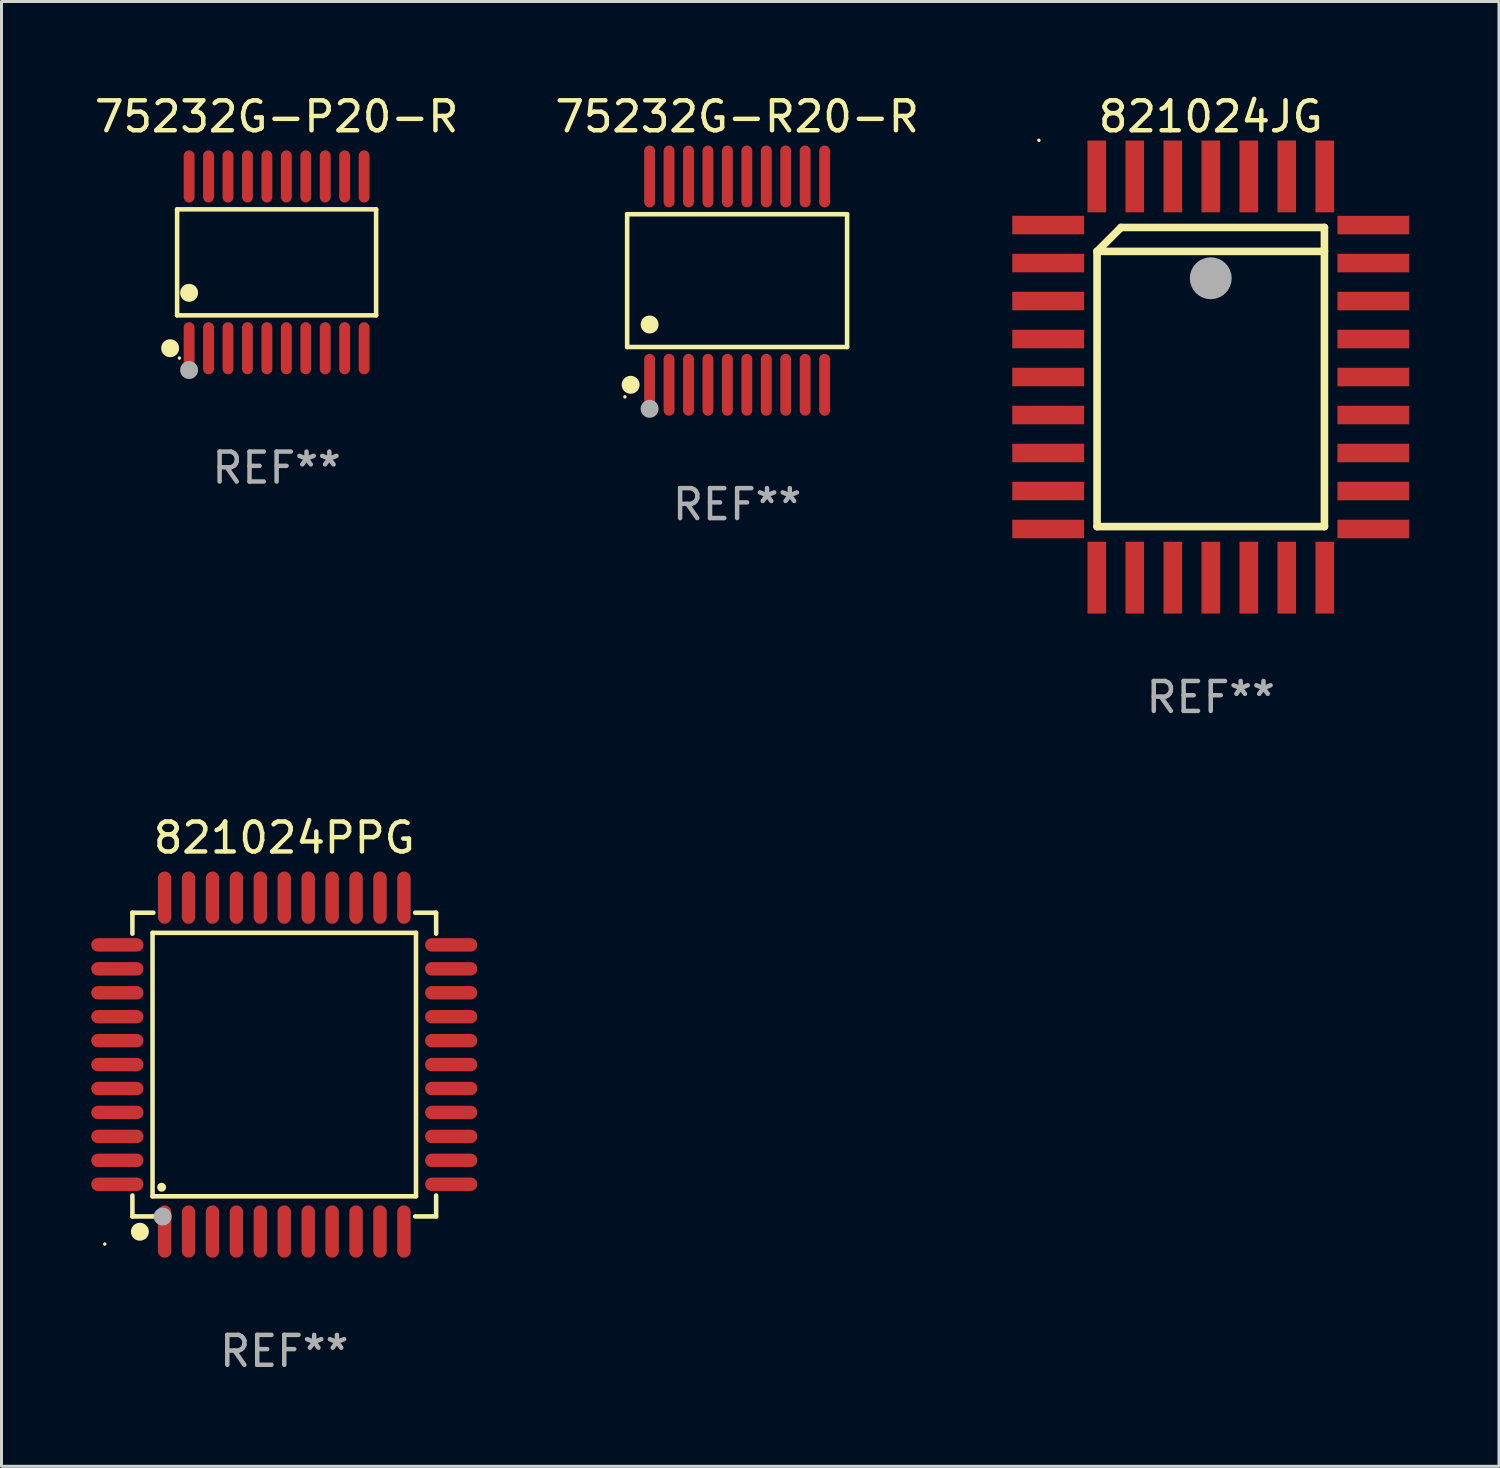
<source format=kicad_pcb>
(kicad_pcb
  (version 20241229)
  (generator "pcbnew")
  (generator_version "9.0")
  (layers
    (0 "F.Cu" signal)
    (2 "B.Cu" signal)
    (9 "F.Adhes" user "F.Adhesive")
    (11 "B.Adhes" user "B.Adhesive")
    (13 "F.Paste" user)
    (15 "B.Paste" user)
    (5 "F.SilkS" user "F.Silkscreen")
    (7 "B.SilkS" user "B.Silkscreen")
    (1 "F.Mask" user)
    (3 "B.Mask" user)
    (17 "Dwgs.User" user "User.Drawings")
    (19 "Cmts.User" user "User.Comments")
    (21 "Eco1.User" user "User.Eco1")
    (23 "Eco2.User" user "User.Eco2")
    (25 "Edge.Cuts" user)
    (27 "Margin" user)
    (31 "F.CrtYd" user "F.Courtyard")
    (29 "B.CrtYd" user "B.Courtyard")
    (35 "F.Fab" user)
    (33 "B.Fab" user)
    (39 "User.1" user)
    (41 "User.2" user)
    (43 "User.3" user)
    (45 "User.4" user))
  (footprint "821024JG"
    (layer "F.Cu")
    (at 37.421 9.553)
    (property "Reference" "821024JG" (at 0 -8.705 0) (layer "F.SilkS") (effects (font (size 1 1) (thickness 0.15))))
    (attr through_hole)
    (fp_line (start -3.8 -4.2) (end -3 -5) (stroke (width 0.254) (type solid)) (layer "F.SilkS"))
    (fp_line (start -3.8 -4.2) (end 3.8 -4.2) (stroke (width 0.254) (type solid)) (layer "F.SilkS"))
    (fp_line (start -3.8 5) (end -3.8 -4.2) (stroke (width 0.254) (type solid)) (layer "F.SilkS"))
    (fp_line (start -3 -5) (end 3.8 -5) (stroke (width 0.254) (type solid)) (layer "F.SilkS"))
    (fp_line (start 3.8 -5) (end 3.8 5) (stroke (width 0.254) (type solid)) (layer "F.SilkS"))
    (fp_line (start 3.8 5) (end -3.8 5) (stroke (width 0.254) (type solid)) (layer "F.SilkS"))
    (fp_arc (start 0.299721 -3.294387) (mid 0.29971 -3.296927) (end 0.299721 -3.299467) (stroke (width 0.6) (type solid)) (layer "F.SilkS"))
    (fp_circle (center -5.744 -7.913) (end -5.714 -7.913) (stroke (width 0.06) (type solid)) (fill no) (layer "F.SilkS"))
    (fp_circle (center 0 -3.302) (end 0.35 -3.302) (stroke (width 0.7) (type solid)) (fill no) (layer "F.Fab"))
    (fp_text user "REF**" (at 0 10.705 0) (layer "F.Fab") (effects (font (size 1 1) (thickness 0.15))))
    (pad "1" smd rect (at 0 -6.705 180) (size 0.62 2.4) (layers "F.Cu" "F.Mask" "F.Paste"))
    (pad "2" smd rect (at -1.27 -6.705 180) (size 0.62 2.4) (layers "F.Cu" "F.Mask" "F.Paste"))
    (pad "3" smd rect (at -2.54 -6.705 180) (size 0.62 2.4) (layers "F.Cu" "F.Mask" "F.Paste"))
    (pad "4" smd rect (at -3.81 -6.705 180) (size 0.62 2.4) (layers "F.Cu" "F.Mask" "F.Paste"))
    (pad "5" smd rect (at -5.435 -5.08 270) (size 0.62 2.4) (layers "F.Cu" "F.Mask" "F.Paste"))
    (pad "6" smd rect (at -5.435 -3.81 270) (size 0.62 2.4) (layers "F.Cu" "F.Mask" "F.Paste"))
    (pad "7" smd rect (at -5.435 -2.54 270) (size 0.62 2.4) (layers "F.Cu" "F.Mask" "F.Paste"))
    (pad "8" smd rect (at -5.435 -1.27 270) (size 0.62 2.4) (layers "F.Cu" "F.Mask" "F.Paste"))
    (pad "9" smd rect (at -5.435 0 270) (size 0.62 2.4) (layers "F.Cu" "F.Mask" "F.Paste"))
    (pad "10" smd rect (at -5.435 1.27 270) (size 0.62 2.4) (layers "F.Cu" "F.Mask" "F.Paste"))
    (pad "11" smd rect (at -5.435 2.54 270) (size 0.62 2.4) (layers "F.Cu" "F.Mask" "F.Paste"))
    (pad "12" smd rect (at -5.435 3.81 270) (size 0.62 2.4) (layers "F.Cu" "F.Mask" "F.Paste"))
    (pad "13" smd rect (at -5.435 5.08 270) (size 0.62 2.4) (layers "F.Cu" "F.Mask" "F.Paste"))
    (pad "14" smd rect (at -3.81 6.705) (size 0.62 2.4) (layers "F.Cu" "F.Mask" "F.Paste"))
    (pad "15" smd rect (at -2.54 6.705) (size 0.62 2.4) (layers "F.Cu" "F.Mask" "F.Paste"))
    (pad "16" smd rect (at -1.27 6.705) (size 0.62 2.4) (layers "F.Cu" "F.Mask" "F.Paste"))
    (pad "17" smd rect (at 0 6.705) (size 0.62 2.4) (layers "F.Cu" "F.Mask" "F.Paste"))
    (pad "18" smd rect (at 1.27 6.705) (size 0.62 2.4) (layers "F.Cu" "F.Mask" "F.Paste"))
    (pad "19" smd rect (at 2.54 6.705) (size 0.62 2.4) (layers "F.Cu" "F.Mask" "F.Paste"))
    (pad "20" smd rect (at 3.81 6.705) (size 0.62 2.4) (layers "F.Cu" "F.Mask" "F.Paste"))
    (pad "21" smd rect (at 5.435 5.08 90) (size 0.62 2.4) (layers "F.Cu" "F.Mask" "F.Paste"))
    (pad "22" smd rect (at 5.435 3.81 90) (size 0.62 2.4) (layers "F.Cu" "F.Mask" "F.Paste"))
    (pad "23" smd rect (at 5.435 2.54 90) (size 0.62 2.4) (layers "F.Cu" "F.Mask" "F.Paste"))
    (pad "24" smd rect (at 5.435 1.27 90) (size 0.62 2.4) (layers "F.Cu" "F.Mask" "F.Paste"))
    (pad "25" smd rect (at 5.435 0 90) (size 0.62 2.4) (layers "F.Cu" "F.Mask" "F.Paste"))
    (pad "26" smd rect (at 5.435 -1.27 90) (size 0.62 2.4) (layers "F.Cu" "F.Mask" "F.Paste"))
    (pad "27" smd rect (at 5.435 -2.54 90) (size 0.62 2.4) (layers "F.Cu" "F.Mask" "F.Paste"))
    (pad "28" smd rect (at 5.435 -3.81 90) (size 0.62 2.4) (layers "F.Cu" "F.Mask" "F.Paste"))
    (pad "29" smd rect (at 5.435 -5.08 90) (size 0.62 2.4) (layers "F.Cu" "F.Mask" "F.Paste"))
    (pad "30" smd rect (at 3.81 -6.705) (size 0.62 2.4) (layers "F.Cu" "F.Mask" "F.Paste"))
    (pad "31" smd rect (at 2.54 -6.705) (size 0.62 2.4) (layers "F.Cu" "F.Mask" "F.Paste"))
    (pad "32" smd rect (at 1.27 -6.705) (size 0.62 2.4) (layers "F.Cu" "F.Mask" "F.Paste")))
  (footprint "821024PPG"
    (layer "F.Cu")
    (at 6.452 32.535)
    (property "Reference" "821024PPG" (at 0 -7.58 0) (layer "F.SilkS") (effects (font (size 1 1) (thickness 0.15))))
    (attr through_hole)
    (fp_line (start -5.076 -5.076) (end -5.076 -4.376) (stroke (width 0.152) (type solid)) (layer "F.SilkS"))
    (fp_line (start -5.076 5.076) (end -5.076 4.376) (stroke (width 0.152) (type solid)) (layer "F.SilkS"))
    (fp_line (start -4.403 -4.403) (end 4.403 -4.403) (stroke (width 0.152) (type solid)) (layer "F.SilkS"))
    (fp_line (start -4.403 4.403) (end -4.403 -4.403) (stroke (width 0.152) (type solid)) (layer "F.SilkS"))
    (fp_line (start -4.376 -5.076) (end -5.076 -5.076) (stroke (width 0.152) (type solid)) (layer "F.SilkS"))
    (fp_line (start -4.376 5.076) (end -5.076 5.076) (stroke (width 0.152) (type solid)) (layer "F.SilkS"))
    (fp_line (start 4.376 -5.076) (end 5.076 -5.076) (stroke (width 0.152) (type solid)) (layer "F.SilkS"))
    (fp_line (start 4.376 5.076) (end 5.076 5.076) (stroke (width 0.152) (type solid)) (layer "F.SilkS"))
    (fp_line (start 4.403 -4.403) (end 4.403 4.403) (stroke (width 0.152) (type solid)) (layer "F.SilkS"))
    (fp_line (start 4.403 4.403) (end -4.403 4.403) (stroke (width 0.152) (type solid)) (layer "F.SilkS"))
    (fp_line (start 5.076 -5.076) (end 5.076 -4.376) (stroke (width 0.152) (type solid)) (layer "F.SilkS"))
    (fp_line (start 5.076 5.076) (end 5.076 4.376) (stroke (width 0.152) (type solid)) (layer "F.SilkS"))
    (fp_circle (center -6 6) (end -5.97 6) (stroke (width 0.06) (type solid)) (fill no) (layer "F.SilkS"))
    (fp_circle (center -4.826 5.588) (end -4.676 5.588) (stroke (width 0.3) (type solid)) (fill no) (layer "F.SilkS"))
    (fp_circle (center -4.1 4.1) (end -4.025 4.1) (stroke (width 0.15) (type solid)) (fill no) (layer "F.SilkS"))
    (fp_circle (center -4.064 5.08) (end -3.914 5.08) (stroke (width 0.3) (type solid)) (fill no) (layer "F.Fab"))
    (fp_text user "REF**" (at 0 9.58 0) (layer "F.Fab") (effects (font (size 1 1) (thickness 0.15))))
    (pad "1" smd oval (at -4 5.58) (size 0.448 1.745) (layers "F.Cu" "F.Mask" "F.Paste"))
    (pad "2" smd oval (at -3.2 5.58) (size 0.448 1.745) (layers "F.Cu" "F.Mask" "F.Paste"))
    (pad "3" smd oval (at -2.4 5.58) (size 0.448 1.745) (layers "F.Cu" "F.Mask" "F.Paste"))
    (pad "4" smd oval (at -1.6 5.58) (size 0.448 1.745) (layers "F.Cu" "F.Mask" "F.Paste"))
    (pad "5" smd oval (at -0.8 5.58) (size 0.448 1.745) (layers "F.Cu" "F.Mask" "F.Paste"))
    (pad "6" smd oval (at 0 5.58) (size 0.448 1.745) (layers "F.Cu" "F.Mask" "F.Paste"))
    (pad "7" smd oval (at 0.8 5.58) (size 0.448 1.745) (layers "F.Cu" "F.Mask" "F.Paste"))
    (pad "8" smd oval (at 1.6 5.58) (size 0.448 1.745) (layers "F.Cu" "F.Mask" "F.Paste"))
    (pad "9" smd oval (at 2.4 5.58) (size 0.448 1.745) (layers "F.Cu" "F.Mask" "F.Paste"))
    (pad "10" smd oval (at 3.2 5.58) (size 0.448 1.745) (layers "F.Cu" "F.Mask" "F.Paste"))
    (pad "11" smd oval (at 4 5.58) (size 0.448 1.745) (layers "F.Cu" "F.Mask" "F.Paste"))
    (pad "12" smd oval (at 5.58 4) (size 1.745 0.448) (layers "F.Cu" "F.Mask" "F.Paste"))
    (pad "13" smd oval (at 5.58 3.2) (size 1.745 0.448) (layers "F.Cu" "F.Mask" "F.Paste"))
    (pad "14" smd oval (at 5.58 2.4) (size 1.745 0.448) (layers "F.Cu" "F.Mask" "F.Paste"))
    (pad "15" smd oval (at 5.58 1.6) (size 1.745 0.448) (layers "F.Cu" "F.Mask" "F.Paste"))
    (pad "16" smd oval (at 5.58 0.8) (size 1.745 0.448) (layers "F.Cu" "F.Mask" "F.Paste"))
    (pad "17" smd oval (at 5.58 0) (size 1.745 0.448) (layers "F.Cu" "F.Mask" "F.Paste"))
    (pad "18" smd oval (at 5.58 -0.8) (size 1.745 0.448) (layers "F.Cu" "F.Mask" "F.Paste"))
    (pad "19" smd oval (at 5.58 -1.6) (size 1.745 0.448) (layers "F.Cu" "F.Mask" "F.Paste"))
    (pad "20" smd oval (at 5.58 -2.4) (size 1.745 0.448) (layers "F.Cu" "F.Mask" "F.Paste"))
    (pad "21" smd oval (at 5.58 -3.2) (size 1.745 0.448) (layers "F.Cu" "F.Mask" "F.Paste"))
    (pad "22" smd oval (at 5.58 -4) (size 1.745 0.448) (layers "F.Cu" "F.Mask" "F.Paste"))
    (pad "23" smd oval (at 4 -5.58) (size 0.448 1.745) (layers "F.Cu" "F.Mask" "F.Paste"))
    (pad "24" smd oval (at 3.2 -5.58) (size 0.448 1.745) (layers "F.Cu" "F.Mask" "F.Paste"))
    (pad "25" smd oval (at 2.4 -5.58) (size 0.448 1.745) (layers "F.Cu" "F.Mask" "F.Paste"))
    (pad "26" smd oval (at 1.6 -5.58) (size 0.448 1.745) (layers "F.Cu" "F.Mask" "F.Paste"))
    (pad "27" smd oval (at 0.8 -5.58) (size 0.448 1.745) (layers "F.Cu" "F.Mask" "F.Paste"))
    (pad "28" smd oval (at 0 -5.58) (size 0.448 1.745) (layers "F.Cu" "F.Mask" "F.Paste"))
    (pad "29" smd oval (at -0.8 -5.58) (size 0.448 1.745) (layers "F.Cu" "F.Mask" "F.Paste"))
    (pad "30" smd oval (at -1.6 -5.58) (size 0.448 1.745) (layers "F.Cu" "F.Mask" "F.Paste"))
    (pad "31" smd oval (at -2.4 -5.58) (size 0.448 1.745) (layers "F.Cu" "F.Mask" "F.Paste"))
    (pad "32" smd oval (at -3.2 -5.58) (size 0.448 1.745) (layers "F.Cu" "F.Mask" "F.Paste"))
    (pad "33" smd oval (at -4 -5.58) (size 0.448 1.745) (layers "F.Cu" "F.Mask" "F.Paste"))
    (pad "34" smd oval (at -5.58 -4) (size 1.745 0.448) (layers "F.Cu" "F.Mask" "F.Paste"))
    (pad "35" smd oval (at -5.58 -3.2) (size 1.745 0.448) (layers "F.Cu" "F.Mask" "F.Paste"))
    (pad "36" smd oval (at -5.58 -2.4) (size 1.745 0.448) (layers "F.Cu" "F.Mask" "F.Paste"))
    (pad "37" smd oval (at -5.58 -1.6) (size 1.745 0.448) (layers "F.Cu" "F.Mask" "F.Paste"))
    (pad "38" smd oval (at -5.58 -0.8) (size 1.745 0.448) (layers "F.Cu" "F.Mask" "F.Paste"))
    (pad "39" smd oval (at -5.58 0) (size 1.745 0.448) (layers "F.Cu" "F.Mask" "F.Paste"))
    (pad "40" smd oval (at -5.58 0.8) (size 1.745 0.448) (layers "F.Cu" "F.Mask" "F.Paste"))
    (pad "41" smd oval (at -5.58 1.6) (size 1.745 0.448) (layers "F.Cu" "F.Mask" "F.Paste"))
    (pad "42" smd oval (at -5.58 2.4) (size 1.745 0.448) (layers "F.Cu" "F.Mask" "F.Paste"))
    (pad "43" smd oval (at -5.58 3.2) (size 1.745 0.448) (layers "F.Cu" "F.Mask" "F.Paste"))
    (pad "44" smd oval (at -5.58 4) (size 1.745 0.448) (layers "F.Cu" "F.Mask" "F.Paste")))
  (footprint "75232G-R20-R"
    (layer "F.Cu")
    (at 21.589 6.33)
    (property "Reference" "75232G-R20-R" (at 0 -5.482 0) (layer "F.SilkS") (effects (font (size 1 1) (thickness 0.15))))
    (attr through_hole)
    (fp_line (start -3.676 -2.219) (end 3.676 -2.219) (stroke (width 0.152) (type solid)) (layer "F.SilkS"))
    (fp_line (start -3.676 2.219) (end -3.676 -2.219) (stroke (width 0.152) (type solid)) (layer "F.SilkS"))
    (fp_line (start 3.676 -2.219) (end 3.676 2.219) (stroke (width 0.152) (type solid)) (layer "F.SilkS"))
    (fp_line (start 3.676 2.219) (end -3.676 2.219) (stroke (width 0.152) (type solid)) (layer "F.SilkS"))
    (fp_circle (center -3.75 3.885) (end -3.72 3.885) (stroke (width 0.06) (type solid)) (fill no) (layer "F.SilkS"))
    (fp_circle (center -3.559 3.482) (end -3.409 3.482) (stroke (width 0.3) (type solid)) (fill no) (layer "F.SilkS"))
    (fp_circle (center -2.925 1.467) (end -2.775 1.467) (stroke (width 0.3) (type solid)) (fill no) (layer "F.SilkS"))
    (fp_circle (center -2.925 4.285) (end -2.775 4.285) (stroke (width 0.3) (type solid)) (fill no) (layer "F.Fab"))
    (fp_text user "REF**" (at 0 7.482 0) (layer "F.Fab") (effects (font (size 1 1) (thickness 0.15))))
    (pad "1" smd oval (at -2.925 3.482) (size 0.364 2.069) (layers "F.Cu" "F.Mask" "F.Paste"))
    (pad "2" smd oval (at -2.275 3.482) (size 0.364 2.069) (layers "F.Cu" "F.Mask" "F.Paste"))
    (pad "3" smd oval (at -1.625 3.482) (size 0.364 2.069) (layers "F.Cu" "F.Mask" "F.Paste"))
    (pad "4" smd oval (at -0.975 3.482) (size 0.364 2.069) (layers "F.Cu" "F.Mask" "F.Paste"))
    (pad "5" smd oval (at -0.325 3.482) (size 0.364 2.069) (layers "F.Cu" "F.Mask" "F.Paste"))
    (pad "6" smd oval (at 0.325 3.482) (size 0.364 2.069) (layers "F.Cu" "F.Mask" "F.Paste"))
    (pad "7" smd oval (at 0.975 3.482) (size 0.364 2.069) (layers "F.Cu" "F.Mask" "F.Paste"))
    (pad "8" smd oval (at 1.625 3.482) (size 0.364 2.069) (layers "F.Cu" "F.Mask" "F.Paste"))
    (pad "9" smd oval (at 2.275 3.482) (size 0.364 2.069) (layers "F.Cu" "F.Mask" "F.Paste"))
    (pad "10" smd oval (at 2.925 3.482) (size 0.364 2.069) (layers "F.Cu" "F.Mask" "F.Paste"))
    (pad "11" smd oval (at 2.925 -3.482) (size 0.364 2.069) (layers "F.Cu" "F.Mask" "F.Paste"))
    (pad "12" smd oval (at 2.275 -3.482) (size 0.364 2.069) (layers "F.Cu" "F.Mask" "F.Paste"))
    (pad "13" smd oval (at 1.625 -3.482) (size 0.364 2.069) (layers "F.Cu" "F.Mask" "F.Paste"))
    (pad "14" smd oval (at 0.975 -3.482) (size 0.364 2.069) (layers "F.Cu" "F.Mask" "F.Paste"))
    (pad "15" smd oval (at 0.325 -3.482) (size 0.364 2.069) (layers "F.Cu" "F.Mask" "F.Paste"))
    (pad "16" smd oval (at -0.325 -3.482) (size 0.364 2.069) (layers "F.Cu" "F.Mask" "F.Paste"))
    (pad "17" smd oval (at -0.975 -3.482) (size 0.364 2.069) (layers "F.Cu" "F.Mask" "F.Paste"))
    (pad "18" smd oval (at -1.625 -3.482) (size 0.364 2.069) (layers "F.Cu" "F.Mask" "F.Paste"))
    (pad "19" smd oval (at -2.275 -3.482) (size 0.364 2.069) (layers "F.Cu" "F.Mask" "F.Paste"))
    (pad "20" smd oval (at -2.925 -3.482) (size 0.364 2.069) (layers "F.Cu" "F.Mask" "F.Paste")))
  (footprint "75232G-P20-R"
    (layer "F.Cu")
    (at 6.196 5.719)
    (property "Reference" "75232G-P20-R" (at 0 -4.871 0) (layer "F.SilkS") (effects (font (size 1 1) (thickness 0.15))))
    (attr through_hole)
    (fp_line (start -3.326 -1.771) (end 3.326 -1.771) (stroke (width 0.152) (type solid)) (layer "F.SilkS"))
    (fp_line (start -3.326 1.771) (end -3.326 -1.771) (stroke (width 0.152) (type solid)) (layer "F.SilkS"))
    (fp_line (start 3.326 -1.771) (end 3.326 1.771) (stroke (width 0.152) (type solid)) (layer "F.SilkS"))
    (fp_line (start 3.326 1.771) (end -3.326 1.771) (stroke (width 0.152) (type solid)) (layer "F.SilkS"))
    (fp_circle (center -3.559 2.871) (end -3.409 2.871) (stroke (width 0.3) (type solid)) (fill no) (layer "F.SilkS"))
    (fp_circle (center -3.25 3.2) (end -3.22 3.2) (stroke (width 0.06) (type solid)) (fill no) (layer "F.SilkS"))
    (fp_circle (center -2.925 1.019) (end -2.775 1.019) (stroke (width 0.3) (type solid)) (fill no) (layer "F.SilkS"))
    (fp_circle (center -2.925 3.6) (end -2.775 3.6) (stroke (width 0.3) (type solid)) (fill no) (layer "F.Fab"))
    (fp_text user "REF**" (at 0 6.871 0) (layer "F.Fab") (effects (font (size 1 1) (thickness 0.15))))
    (pad "1" smd oval (at -2.925 2.871) (size 0.364 1.742) (layers "F.Cu" "F.Mask" "F.Paste"))
    (pad "2" smd oval (at -2.275 2.871) (size 0.364 1.742) (layers "F.Cu" "F.Mask" "F.Paste"))
    (pad "3" smd oval (at -1.625 2.871) (size 0.364 1.742) (layers "F.Cu" "F.Mask" "F.Paste"))
    (pad "4" smd oval (at -0.975 2.871) (size 0.364 1.742) (layers "F.Cu" "F.Mask" "F.Paste"))
    (pad "5" smd oval (at -0.325 2.871) (size 0.364 1.742) (layers "F.Cu" "F.Mask" "F.Paste"))
    (pad "6" smd oval (at 0.325 2.871) (size 0.364 1.742) (layers "F.Cu" "F.Mask" "F.Paste"))
    (pad "7" smd oval (at 0.975 2.871) (size 0.364 1.742) (layers "F.Cu" "F.Mask" "F.Paste"))
    (pad "8" smd oval (at 1.625 2.871) (size 0.364 1.742) (layers "F.Cu" "F.Mask" "F.Paste"))
    (pad "9" smd oval (at 2.275 2.871) (size 0.364 1.742) (layers "F.Cu" "F.Mask" "F.Paste"))
    (pad "10" smd oval (at 2.925 2.871) (size 0.364 1.742) (layers "F.Cu" "F.Mask" "F.Paste"))
    (pad "11" smd oval (at 2.925 -2.871) (size 0.364 1.742) (layers "F.Cu" "F.Mask" "F.Paste"))
    (pad "12" smd oval (at 2.275 -2.871) (size 0.364 1.742) (layers "F.Cu" "F.Mask" "F.Paste"))
    (pad "13" smd oval (at 1.625 -2.871) (size 0.364 1.742) (layers "F.Cu" "F.Mask" "F.Paste"))
    (pad "14" smd oval (at 0.975 -2.871) (size 0.364 1.742) (layers "F.Cu" "F.Mask" "F.Paste"))
    (pad "15" smd oval (at 0.325 -2.871) (size 0.364 1.742) (layers "F.Cu" "F.Mask" "F.Paste"))
    (pad "16" smd oval (at -0.325 -2.871) (size 0.364 1.742) (layers "F.Cu" "F.Mask" "F.Paste"))
    (pad "17" smd oval (at -0.975 -2.871) (size 0.364 1.742) (layers "F.Cu" "F.Mask" "F.Paste"))
    (pad "18" smd oval (at -1.625 -2.871) (size 0.364 1.742) (layers "F.Cu" "F.Mask" "F.Paste"))
    (pad "19" smd oval (at -2.275 -2.871) (size 0.364 1.742) (layers "F.Cu" "F.Mask" "F.Paste"))
    (pad "20" smd oval (at -2.925 -2.871) (size 0.364 1.742) (layers "F.Cu" "F.Mask" "F.Paste")))
  (gr_rect
    (start -3 -3)
    (end 47.056 45.963)
    (stroke (width 0.1) (type default))
    (fill no)
    (layer "Edge.Cuts")))
</source>
